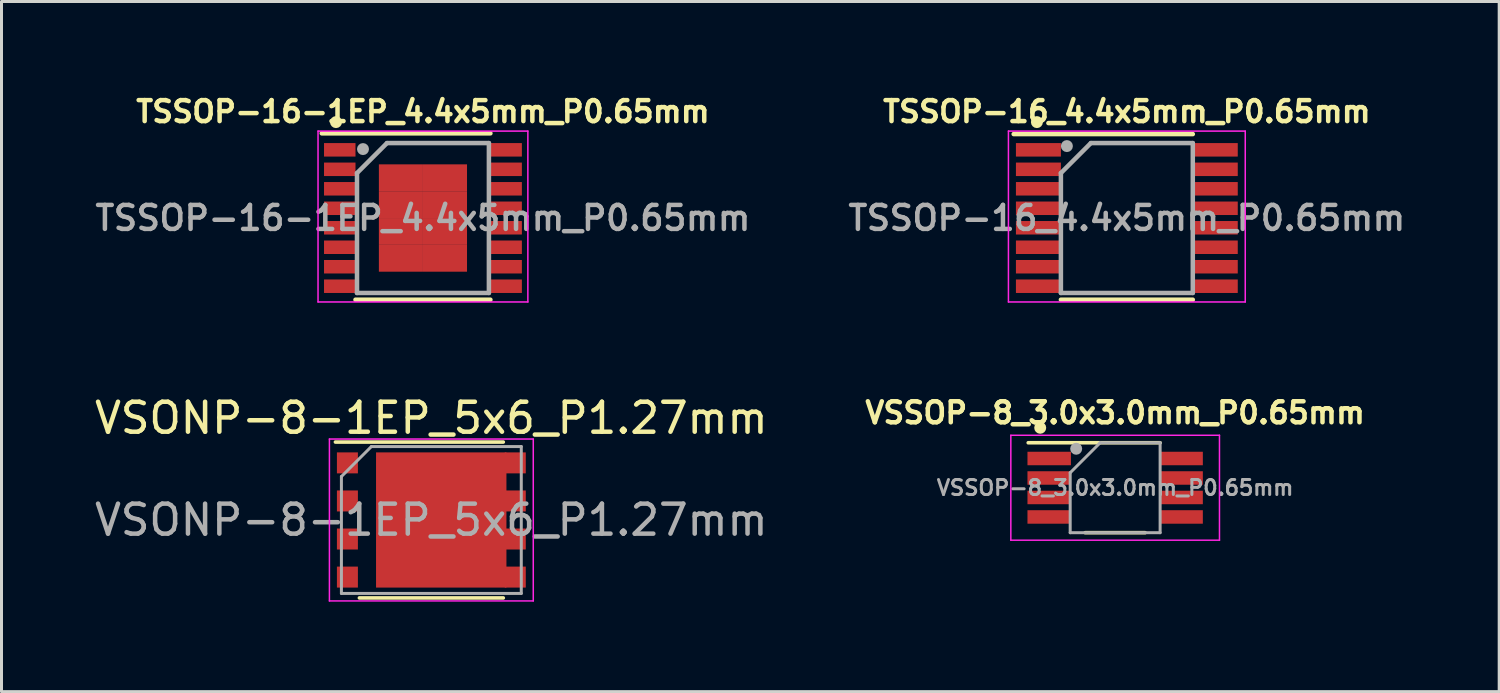
<source format=kicad_pcb>
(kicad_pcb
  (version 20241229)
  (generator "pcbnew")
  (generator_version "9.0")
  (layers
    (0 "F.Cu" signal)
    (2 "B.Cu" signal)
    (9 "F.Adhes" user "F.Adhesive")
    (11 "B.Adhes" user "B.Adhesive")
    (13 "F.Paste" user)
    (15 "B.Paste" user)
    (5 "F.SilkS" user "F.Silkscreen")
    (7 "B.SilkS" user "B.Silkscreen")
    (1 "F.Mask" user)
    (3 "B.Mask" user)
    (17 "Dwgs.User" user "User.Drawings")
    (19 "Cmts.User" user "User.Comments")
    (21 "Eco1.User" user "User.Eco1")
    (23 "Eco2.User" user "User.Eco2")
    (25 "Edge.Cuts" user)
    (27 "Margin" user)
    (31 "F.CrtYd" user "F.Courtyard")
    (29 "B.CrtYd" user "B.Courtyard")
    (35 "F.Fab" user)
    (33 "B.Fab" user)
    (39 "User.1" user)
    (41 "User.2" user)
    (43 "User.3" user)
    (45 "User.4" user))
  (footprint "VSONP-8-1EP_5x6_P1.27mm"
    (layer "F.Cu")
    (at 11.339 14.296)
    (property "Reference" "VSONP-8-1EP_5x6_P1.27mm" (at 0 -3.4 0) (layer "F.SilkS") (effects (font (size 1 1) (thickness 0.15))))
    (attr smd)
    (fp_line (start 2.4 -2.6) (end -3.2 -2.6) (stroke (width 0.12) (type solid)) (layer "F.SilkS"))
    (fp_line (start 2.4 2.6) (end -2.4 2.6) (stroke (width 0.12) (type solid)) (layer "F.SilkS"))
    (fp_line (start -3.4 -2.7) (end 3.4 -2.7) (stroke (width 0.05) (type solid)) (layer "F.CrtYd"))
    (fp_line (start -3.4 2.7) (end -3.4 -2.7) (stroke (width 0.05) (type solid)) (layer "F.CrtYd"))
    (fp_line (start 3.4 -2.7) (end 3.4 2.7) (stroke (width 0.05) (type solid)) (layer "F.CrtYd"))
    (fp_line (start 3.4 2.7) (end -3.4 2.7) (stroke (width 0.05) (type solid)) (layer "F.CrtYd"))
    (fp_line (start -3 -1.45) (end -3 2.45) (stroke (width 0.1) (type solid)) (layer "F.Fab"))
    (fp_line (start -2 -2.45) (end -3 -1.45) (stroke (width 0.1) (type solid)) (layer "F.Fab"))
    (fp_line (start -2 -2.45) (end 3 -2.45) (stroke (width 0.1) (type solid)) (layer "F.Fab"))
    (fp_line (start 3 -2.45) (end 3 2.45) (stroke (width 0.1) (type solid)) (layer "F.Fab"))
    (fp_line (start 3 2.45) (end -3 2.45) (stroke (width 0.1) (type solid)) (layer "F.Fab"))
    (fp_text user "${REFERENCE}" (at 0 0 0) (layer "F.Fab") (effects (font (size 1 1) (thickness 0.15))))
    (pad "" smd rect (at -0.797 -1.095) (size 1.235 1.57) (layers "F.Paste"))
    (pad "" smd rect (at -0.797 1.095) (size 1.235 1.57) (layers "F.Paste"))
    (pad "" smd rect (at 1.113 -1.095) (size 1.585 1.57) (layers "F.Paste"))
    (pad "" smd rect (at 1.113 1.095) (size 1.585 1.57) (layers "F.Paste"))
    (pad "1" smd rect (at -2.8 -1.905) (size 0.7 0.7) (layers "F.Cu" "F.Mask" "F.Paste"))
    (pad "1" smd rect (at -2.8 -0.635) (size 0.7 0.7) (layers "F.Cu" "F.Mask" "F.Paste"))
    (pad "1" smd rect (at -2.8 0.635) (size 0.7 0.7) (layers "F.Cu" "F.Mask" "F.Paste"))
    (pad "2" smd rect (at -2.8 1.905) (size 0.7 0.7) (layers "F.Cu" "F.Mask" "F.Paste"))
    (pad "3" smd rect (at 0.33 0) (size 4.35 4.51) (layers "F.Cu" "F.Mask"))
    (pad "3" smd rect (at 2.8 -1.905) (size 0.7 0.7) (layers "F.Cu" "F.Mask" "F.Paste"))
    (pad "3" smd rect (at 2.8 -0.635) (size 0.7 0.7) (layers "F.Cu" "F.Mask" "F.Paste"))
    (pad "3" smd rect (at 2.8 0.635) (size 0.7 0.7) (layers "F.Cu" "F.Mask" "F.Paste"))
    (pad "3" smd rect (at 2.8 1.905) (size 0.7 0.7) (layers "F.Cu" "F.Mask" "F.Paste")))
  (footprint "TSSOP-16_4.4x5mm_P0.65mm"
    (layer "F.Cu")
    (at 34.54 4.223)
    (property "Reference" "TSSOP-16_4.4x5mm_P0.65mm" (at 0 -3.55 0) (layer "F.SilkS") (effects (font (size 0.7 0.7) (thickness 0.15))))
    (attr smd)
    (fp_line (start -3.775 -2.8) (end 2.2 -2.8) (stroke (width 0.15) (type solid)) (layer "F.SilkS"))
    (fp_line (start -2.2 2.725) (end 2.2 2.725) (stroke (width 0.15) (type solid)) (layer "F.SilkS"))
    (fp_circle (center -3 -3.2) (end -2.9 -3.2) (stroke (width 0.2) (type solid)) (fill no) (layer "F.SilkS"))
    (fp_line (start -3.95 -2.9) (end -3.95 2.8) (stroke (width 0.05) (type solid)) (layer "F.CrtYd"))
    (fp_line (start -3.95 -2.9) (end 3.95 -2.9) (stroke (width 0.05) (type solid)) (layer "F.CrtYd"))
    (fp_line (start -3.95 2.8) (end 3.95 2.8) (stroke (width 0.05) (type solid)) (layer "F.CrtYd"))
    (fp_line (start 3.95 -2.9) (end 3.95 2.8) (stroke (width 0.05) (type solid)) (layer "F.CrtYd"))
    (fp_line (start -2.2 -1.5) (end -1.2 -2.5) (stroke (width 0.15) (type solid)) (layer "F.Fab"))
    (fp_line (start -2.2 2.5) (end -2.2 -1.5) (stroke (width 0.15) (type solid)) (layer "F.Fab"))
    (fp_line (start -1.2 -2.5) (end 2.2 -2.5) (stroke (width 0.15) (type solid)) (layer "F.Fab"))
    (fp_line (start 2.2 -2.5) (end 2.2 2.5) (stroke (width 0.15) (type solid)) (layer "F.Fab"))
    (fp_line (start 2.2 2.5) (end -2.2 2.5) (stroke (width 0.15) (type solid)) (layer "F.Fab"))
    (fp_circle (center -2 -2.4) (end -1.9 -2.4) (stroke (width 0.2) (type solid)) (fill no) (layer "F.Fab"))
    (fp_text user "${REFERENCE}" (at 0 0 0) (layer "F.Fab") (effects (font (size 0.8 0.8) (thickness 0.15))))
    (pad "1" smd rect (at -2.95 -2.275) (size 1.5 0.45) (layers "F.Cu" "F.Mask" "F.Paste"))
    (pad "2" smd rect (at -2.95 -1.625) (size 1.5 0.45) (layers "F.Cu" "F.Mask" "F.Paste"))
    (pad "3" smd rect (at -2.95 -0.975) (size 1.5 0.45) (layers "F.Cu" "F.Mask" "F.Paste"))
    (pad "4" smd rect (at -2.95 -0.325) (size 1.5 0.45) (layers "F.Cu" "F.Mask" "F.Paste"))
    (pad "5" smd rect (at -2.95 0.325) (size 1.5 0.45) (layers "F.Cu" "F.Mask" "F.Paste"))
    (pad "6" smd rect (at -2.95 0.975) (size 1.5 0.45) (layers "F.Cu" "F.Mask" "F.Paste"))
    (pad "7" smd rect (at -2.95 1.625) (size 1.5 0.45) (layers "F.Cu" "F.Mask" "F.Paste"))
    (pad "8" smd rect (at -2.95 2.275) (size 1.5 0.45) (layers "F.Cu" "F.Mask" "F.Paste"))
    (pad "9" smd rect (at 2.95 2.275) (size 1.5 0.45) (layers "F.Cu" "F.Mask" "F.Paste"))
    (pad "10" smd rect (at 2.95 1.625) (size 1.5 0.45) (layers "F.Cu" "F.Mask" "F.Paste"))
    (pad "11" smd rect (at 2.95 0.975) (size 1.5 0.45) (layers "F.Cu" "F.Mask" "F.Paste"))
    (pad "12" smd rect (at 2.95 0.325) (size 1.5 0.45) (layers "F.Cu" "F.Mask" "F.Paste"))
    (pad "13" smd rect (at 2.95 -0.325) (size 1.5 0.45) (layers "F.Cu" "F.Mask" "F.Paste"))
    (pad "14" smd rect (at 2.95 -0.975) (size 1.5 0.45) (layers "F.Cu" "F.Mask" "F.Paste"))
    (pad "15" smd rect (at 2.95 -1.625) (size 1.5 0.45) (layers "F.Cu" "F.Mask" "F.Paste"))
    (pad "16" smd rect (at 2.95 -2.275) (size 1.5 0.45) (layers "F.Cu" "F.Mask" "F.Paste")))
  (footprint "TSSOP-16-1EP_4.4x5mm_P0.65mm"
    (layer "F.Cu")
    (at 11.059 4.223)
    (property "Reference" "TSSOP-16-1EP_4.4x5mm_P0.65mm" (at 0 -3.55 0) (layer "F.SilkS") (effects (font (size 0.7 0.7) (thickness 0.15))))
    (attr smd)
    (fp_line (start -3.375 -2.825) (end 2.25 -2.825) (stroke (width 0.15) (type solid)) (layer "F.SilkS"))
    (fp_line (start -2.25 2.725) (end 2.25 2.725) (stroke (width 0.15) (type solid)) (layer "F.SilkS"))
    (fp_circle (center -2.9 -3.2) (end -2.8 -3.2) (stroke (width 0.2) (type solid)) (fill no) (layer "F.SilkS"))
    (fp_line (start -3.5 -2.9) (end -3.5 2.8) (stroke (width 0.05) (type solid)) (layer "F.CrtYd"))
    (fp_line (start -3.5 -2.9) (end 3.5 -2.9) (stroke (width 0.05) (type solid)) (layer "F.CrtYd"))
    (fp_line (start -3.5 2.8) (end 3.5 2.8) (stroke (width 0.05) (type solid)) (layer "F.CrtYd"))
    (fp_line (start 3.5 -2.9) (end 3.5 2.8) (stroke (width 0.05) (type solid)) (layer "F.CrtYd"))
    (fp_line (start -2.2 -1.5) (end -1.2 -2.5) (stroke (width 0.15) (type solid)) (layer "F.Fab"))
    (fp_line (start -2.2 2.5) (end -2.2 -1.5) (stroke (width 0.15) (type solid)) (layer "F.Fab"))
    (fp_line (start -1.2 -2.5) (end 2.2 -2.5) (stroke (width 0.15) (type solid)) (layer "F.Fab"))
    (fp_line (start 2.2 -2.5) (end 2.2 2.5) (stroke (width 0.15) (type solid)) (layer "F.Fab"))
    (fp_line (start 2.2 2.5) (end -2.2 2.5) (stroke (width 0.15) (type solid)) (layer "F.Fab"))
    (fp_circle (center -2 -2.3) (end -1.9 -2.3) (stroke (width 0.2) (type solid)) (fill no) (layer "F.Fab"))
    (fp_text user "${REFERENCE}" (at 0 0 0) (layer "F.Fab") (effects (font (size 0.8 0.8) (thickness 0.15))))
    (pad "1" smd rect (at -2.775 -2.275) (size 1.05 0.45) (layers "F.Cu" "F.Mask" "F.Paste"))
    (pad "2" smd rect (at -2.775 -1.625) (size 1.05 0.45) (layers "F.Cu" "F.Mask" "F.Paste"))
    (pad "3" smd rect (at -2.775 -0.975) (size 1.05 0.45) (layers "F.Cu" "F.Mask" "F.Paste"))
    (pad "4" smd rect (at -2.775 -0.325) (size 1.05 0.45) (layers "F.Cu" "F.Mask" "F.Paste"))
    (pad "5" smd rect (at -2.775 0.325) (size 1.05 0.45) (layers "F.Cu" "F.Mask" "F.Paste"))
    (pad "6" smd rect (at -2.775 0.975) (size 1.05 0.45) (layers "F.Cu" "F.Mask" "F.Paste"))
    (pad "7" smd rect (at -2.775 1.625) (size 1.05 0.45) (layers "F.Cu" "F.Mask" "F.Paste"))
    (pad "8" smd rect (at -2.775 2.275) (size 1.05 0.45) (layers "F.Cu" "F.Mask" "F.Paste"))
    (pad "9" smd rect (at 2.775 2.275) (size 1.05 0.45) (layers "F.Cu" "F.Mask" "F.Paste"))
    (pad "10" smd rect (at 2.775 1.625) (size 1.05 0.45) (layers "F.Cu" "F.Mask" "F.Paste"))
    (pad "11" smd rect (at 2.775 0.975) (size 1.05 0.45) (layers "F.Cu" "F.Mask" "F.Paste"))
    (pad "12" smd rect (at 2.775 0.325) (size 1.05 0.45) (layers "F.Cu" "F.Mask" "F.Paste"))
    (pad "13" smd rect (at 2.775 -0.325) (size 1.05 0.45) (layers "F.Cu" "F.Mask" "F.Paste"))
    (pad "14" smd rect (at 2.775 -0.975) (size 1.05 0.45) (layers "F.Cu" "F.Mask" "F.Paste"))
    (pad "15" smd rect (at 2.775 -1.625) (size 1.05 0.45) (layers "F.Cu" "F.Mask" "F.Paste"))
    (pad "16" smd rect (at 2.775 -2.275) (size 1.05 0.45) (layers "F.Cu" "F.Mask" "F.Paste"))
    (pad "17" smd rect (at -0.735 -1.343) (size 1.47 0.895) (layers "F.Cu" "F.Mask" "F.Paste"))
    (pad "17" smd rect (at -0.735 -0.448) (size 1.47 0.895) (layers "F.Cu" "F.Mask" "F.Paste"))
    (pad "17" smd rect (at -0.735 0.448) (size 1.47 0.895) (layers "F.Cu" "F.Mask" "F.Paste"))
    (pad "17" smd rect (at -0.735 1.343) (size 1.47 0.895) (layers "F.Cu" "F.Mask" "F.Paste"))
    (pad "17" smd rect (at 0.735 -1.343) (size 1.47 0.895) (layers "F.Cu" "F.Mask" "F.Paste"))
    (pad "17" smd rect (at 0.735 -0.448) (size 1.47 0.895) (layers "F.Cu" "F.Mask" "F.Paste"))
    (pad "17" smd rect (at 0.735 0.448) (size 1.47 0.895) (layers "F.Cu" "F.Mask" "F.Paste"))
    (pad "17" smd rect (at 0.735 1.343) (size 1.47 0.895) (layers "F.Cu" "F.Mask" "F.Paste")))
  (footprint "VSSOP-8_3.0x3.0mm_P0.65mm"
    (layer "F.Cu")
    (at 34.15 13.22)
    (property "Reference" "VSSOP-8_3.0x3.0mm_P0.65mm" (at 0 -2.5 0) (layer "F.SilkS") (effects (font (size 0.7 0.7) (thickness 0.15))))
    (attr smd)
    (fp_line (start 1 1.5) (end -1 1.5) (stroke (width 0.12) (type solid)) (layer "F.SilkS"))
    (fp_line (start 1.5 -1.5) (end -2.9 -1.5) (stroke (width 0.12) (type solid)) (layer "F.SilkS"))
    (fp_circle (center -2.5 -2) (end -2.4 -2) (stroke (width 0.2) (type solid)) (fill no) (layer "F.SilkS"))
    (fp_line (start -3.48 -1.75) (end 3.48 -1.75) (stroke (width 0.05) (type solid)) (layer "F.CrtYd"))
    (fp_line (start -3.48 1.75) (end -3.48 -1.75) (stroke (width 0.05) (type solid)) (layer "F.CrtYd"))
    (fp_line (start 3.48 -1.75) (end 3.48 1.75) (stroke (width 0.05) (type solid)) (layer "F.CrtYd"))
    (fp_line (start 3.48 1.75) (end -3.48 1.75) (stroke (width 0.05) (type solid)) (layer "F.CrtYd"))
    (fp_line (start -1.5 1.5) (end -1.5 -0.5) (stroke (width 0.1) (type solid)) (layer "F.Fab"))
    (fp_line (start -0.5 -1.5) (end -1.5 -0.5) (stroke (width 0.1) (type solid)) (layer "F.Fab"))
    (fp_line (start -0.5 -1.5) (end 1.5 -1.5) (stroke (width 0.1) (type solid)) (layer "F.Fab"))
    (fp_line (start 1.5 -1.5) (end 1.5 1.5) (stroke (width 0.1) (type solid)) (layer "F.Fab"))
    (fp_line (start 1.5 1.5) (end -1.5 1.5) (stroke (width 0.1) (type solid)) (layer "F.Fab"))
    (fp_circle (center -1.3 -1.3) (end -1.2 -1.3) (stroke (width 0.2) (type solid)) (fill no) (layer "F.Fab"))
    (fp_text user "${REFERENCE}" (at 0 0 0) (layer "F.Fab") (effects (font (size 0.5 0.5) (thickness 0.1))))
    (pad "1" smd rect (at -2.2 -0.975 270) (size 0.45 1.45) (layers "F.Cu" "F.Mask" "F.Paste"))
    (pad "2" smd rect (at -2.2 -0.325 270) (size 0.45 1.45) (layers "F.Cu" "F.Mask" "F.Paste"))
    (pad "3" smd rect (at -2.2 0.325 270) (size 0.45 1.45) (layers "F.Cu" "F.Mask" "F.Paste"))
    (pad "4" smd rect (at -2.2 0.975 270) (size 0.45 1.45) (layers "F.Cu" "F.Mask" "F.Paste"))
    (pad "5" smd rect (at 2.2 0.975 270) (size 0.45 1.45) (layers "F.Cu" "F.Mask" "F.Paste"))
    (pad "6" smd rect (at 2.2 0.325 270) (size 0.45 1.45) (layers "F.Cu" "F.Mask" "F.Paste"))
    (pad "7" smd rect (at 2.2 -0.325 270) (size 0.45 1.45) (layers "F.Cu" "F.Mask" "F.Paste"))
    (pad "8" smd rect (at 2.2 -0.975 270) (size 0.45 1.45) (layers "F.Cu" "F.Mask" "F.Paste")))
  (gr_rect
    (start -3 -3)
    (end 46.961 20.021)
    (stroke (width 0.1) (type default))
    (fill no)
    (layer "Edge.Cuts")))
</source>
